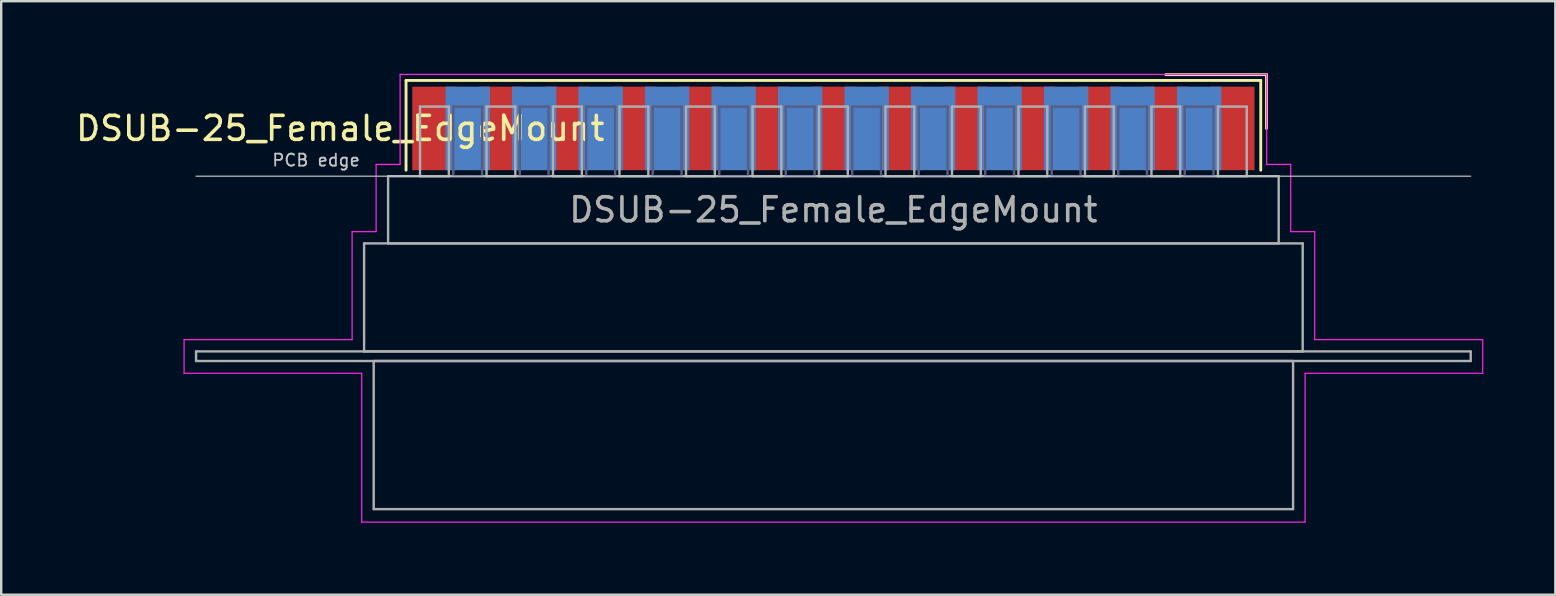
<source format=kicad_pcb>
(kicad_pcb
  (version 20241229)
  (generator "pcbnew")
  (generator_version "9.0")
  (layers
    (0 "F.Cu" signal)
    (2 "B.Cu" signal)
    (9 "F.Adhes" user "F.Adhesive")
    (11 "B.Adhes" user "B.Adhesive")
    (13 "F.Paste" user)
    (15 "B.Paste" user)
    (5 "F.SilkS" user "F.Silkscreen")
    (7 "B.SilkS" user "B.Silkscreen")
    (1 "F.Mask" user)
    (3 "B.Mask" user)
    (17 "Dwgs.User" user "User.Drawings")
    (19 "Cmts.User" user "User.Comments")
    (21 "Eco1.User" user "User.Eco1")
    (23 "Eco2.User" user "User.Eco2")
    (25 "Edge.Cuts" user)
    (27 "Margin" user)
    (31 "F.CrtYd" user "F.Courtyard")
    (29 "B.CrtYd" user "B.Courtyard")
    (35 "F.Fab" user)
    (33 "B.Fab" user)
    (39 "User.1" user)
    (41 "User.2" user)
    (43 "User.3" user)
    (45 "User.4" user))
  (footprint "DSUB-25_Female_EdgeMount"
    (layer "F.Cu")
    (at 31.668 2.3)
    (property "Reference" "DSUB-25_Female_EdgeMount" (at -20.543 0 0) (layer "F.SilkS") (effects (font (size 1 1) (thickness 0.15))))
    (attr smd)
    (fp_line (start -17.803 -2) (end -17.803 1.74) (stroke (width 0.12) (type solid)) (layer "F.SilkS"))
    (fp_line (start 17.803 -2) (end -17.803 -2) (stroke (width 0.12) (type solid)) (layer "F.SilkS"))
    (fp_line (start 17.803 1.74) (end 17.803 -2) (stroke (width 0.12) (type solid)) (layer "F.SilkS"))
    (fp_line (start 18.043 -2.24) (end 13.85 -2.24) (stroke (width 0.12) (type solid)) (layer "F.SilkS"))
    (fp_line (start 18.043 0) (end 18.043 -2.24) (stroke (width 0.12) (type solid)) (layer "F.SilkS"))
    (fp_line (start -26.55 1.99) (end 26.55 1.99) (stroke (width 0.05) (type solid)) (layer "Dwgs.User"))
    (fp_line (start -27.05 8.8) (end -20.05 8.8) (stroke (width 0.05) (type solid)) (layer "F.CrtYd"))
    (fp_line (start -27.05 10.2) (end -27.05 8.8) (stroke (width 0.05) (type solid)) (layer "F.CrtYd"))
    (fp_line (start -20.05 4.3) (end -19.05 4.3) (stroke (width 0.05) (type solid)) (layer "F.CrtYd"))
    (fp_line (start -20.05 8.8) (end -20.05 4.3) (stroke (width 0.05) (type solid)) (layer "F.CrtYd"))
    (fp_line (start -19.65 10.2) (end -27.05 10.2) (stroke (width 0.05) (type solid)) (layer "F.CrtYd"))
    (fp_line (start -19.65 16.4) (end -19.65 10.2) (stroke (width 0.05) (type solid)) (layer "F.CrtYd"))
    (fp_line (start -19.05 1.5) (end -18.05 1.5) (stroke (width 0.05) (type solid)) (layer "F.CrtYd"))
    (fp_line (start -19.05 4.3) (end -19.05 1.5) (stroke (width 0.05) (type solid)) (layer "F.CrtYd"))
    (fp_line (start -18.05 -2.25) (end 18.05 -2.25) (stroke (width 0.05) (type solid)) (layer "F.CrtYd"))
    (fp_line (start -18.05 1.5) (end -18.05 -2.25) (stroke (width 0.05) (type solid)) (layer "F.CrtYd"))
    (fp_line (start 18.05 -2.25) (end 18.05 1.5) (stroke (width 0.05) (type solid)) (layer "F.CrtYd"))
    (fp_line (start 18.05 1.5) (end 19.05 1.5) (stroke (width 0.05) (type solid)) (layer "F.CrtYd"))
    (fp_line (start 19.05 1.5) (end 19.05 4.3) (stroke (width 0.05) (type solid)) (layer "F.CrtYd"))
    (fp_line (start 19.05 4.3) (end 20.05 4.3) (stroke (width 0.05) (type solid)) (layer "F.CrtYd"))
    (fp_line (start 19.65 10.2) (end 19.65 16.4) (stroke (width 0.05) (type solid)) (layer "F.CrtYd"))
    (fp_line (start 19.65 16.4) (end -19.65 16.4) (stroke (width 0.05) (type solid)) (layer "F.CrtYd"))
    (fp_line (start 20.05 4.3) (end 20.05 8.8) (stroke (width 0.05) (type solid)) (layer "F.CrtYd"))
    (fp_line (start 20.05 8.8) (end 27.05 8.8) (stroke (width 0.05) (type solid)) (layer "F.CrtYd"))
    (fp_line (start 27.05 8.8) (end 27.05 10.2) (stroke (width 0.05) (type solid)) (layer "F.CrtYd"))
    (fp_line (start 27.05 10.2) (end 19.65 10.2) (stroke (width 0.05) (type solid)) (layer "F.CrtYd"))
    (fp_line (start -15.835 -0.91) (end -15.835 1.99) (stroke (width 0.1) (type solid)) (layer "B.Fab"))
    (fp_line (start -15.835 1.99) (end -14.635 1.99) (stroke (width 0.1) (type solid)) (layer "B.Fab"))
    (fp_line (start -14.635 -0.91) (end -15.835 -0.91) (stroke (width 0.1) (type solid)) (layer "B.Fab"))
    (fp_line (start -14.635 1.99) (end -14.635 -0.91) (stroke (width 0.1) (type solid)) (layer "B.Fab"))
    (fp_line (start -13.065 -0.91) (end -13.065 1.99) (stroke (width 0.1) (type solid)) (layer "B.Fab"))
    (fp_line (start -13.065 1.99) (end -11.865 1.99) (stroke (width 0.1) (type solid)) (layer "B.Fab"))
    (fp_line (start -11.865 -0.91) (end -13.065 -0.91) (stroke (width 0.1) (type solid)) (layer "B.Fab"))
    (fp_line (start -11.865 1.99) (end -11.865 -0.91) (stroke (width 0.1) (type solid)) (layer "B.Fab"))
    (fp_line (start -10.295 -0.91) (end -10.295 1.99) (stroke (width 0.1) (type solid)) (layer "B.Fab"))
    (fp_line (start -10.295 1.99) (end -9.095 1.99) (stroke (width 0.1) (type solid)) (layer "B.Fab"))
    (fp_line (start -9.095 -0.91) (end -10.295 -0.91) (stroke (width 0.1) (type solid)) (layer "B.Fab"))
    (fp_line (start -9.095 1.99) (end -9.095 -0.91) (stroke (width 0.1) (type solid)) (layer "B.Fab"))
    (fp_line (start -7.525 -0.91) (end -7.525 1.99) (stroke (width 0.1) (type solid)) (layer "B.Fab"))
    (fp_line (start -7.525 1.99) (end -6.325 1.99) (stroke (width 0.1) (type solid)) (layer "B.Fab"))
    (fp_line (start -6.325 -0.91) (end -7.525 -0.91) (stroke (width 0.1) (type solid)) (layer "B.Fab"))
    (fp_line (start -6.325 1.99) (end -6.325 -0.91) (stroke (width 0.1) (type solid)) (layer "B.Fab"))
    (fp_line (start -4.755 -0.91) (end -4.755 1.99) (stroke (width 0.1) (type solid)) (layer "B.Fab"))
    (fp_line (start -4.755 1.99) (end -3.555 1.99) (stroke (width 0.1) (type solid)) (layer "B.Fab"))
    (fp_line (start -3.555 -0.91) (end -4.755 -0.91) (stroke (width 0.1) (type solid)) (layer "B.Fab"))
    (fp_line (start -3.555 1.99) (end -3.555 -0.91) (stroke (width 0.1) (type solid)) (layer "B.Fab"))
    (fp_line (start -1.985 -0.91) (end -1.985 1.99) (stroke (width 0.1) (type solid)) (layer "B.Fab"))
    (fp_line (start -1.985 1.99) (end -0.785 1.99) (stroke (width 0.1) (type solid)) (layer "B.Fab"))
    (fp_line (start -0.785 -0.91) (end -1.985 -0.91) (stroke (width 0.1) (type solid)) (layer "B.Fab"))
    (fp_line (start -0.785 1.99) (end -0.785 -0.91) (stroke (width 0.1) (type solid)) (layer "B.Fab"))
    (fp_line (start 0.785 -0.91) (end 0.785 1.99) (stroke (width 0.1) (type solid)) (layer "B.Fab"))
    (fp_line (start 0.785 1.99) (end 1.985 1.99) (stroke (width 0.1) (type solid)) (layer "B.Fab"))
    (fp_line (start 1.985 -0.91) (end 0.785 -0.91) (stroke (width 0.1) (type solid)) (layer "B.Fab"))
    (fp_line (start 1.985 1.99) (end 1.985 -0.91) (stroke (width 0.1) (type solid)) (layer "B.Fab"))
    (fp_line (start 3.555 -0.91) (end 3.555 1.99) (stroke (width 0.1) (type solid)) (layer "B.Fab"))
    (fp_line (start 3.555 1.99) (end 4.755 1.99) (stroke (width 0.1) (type solid)) (layer "B.Fab"))
    (fp_line (start 4.755 -0.91) (end 3.555 -0.91) (stroke (width 0.1) (type solid)) (layer "B.Fab"))
    (fp_line (start 4.755 1.99) (end 4.755 -0.91) (stroke (width 0.1) (type solid)) (layer "B.Fab"))
    (fp_line (start 6.325 -0.91) (end 6.325 1.99) (stroke (width 0.1) (type solid)) (layer "B.Fab"))
    (fp_line (start 6.325 1.99) (end 7.525 1.99) (stroke (width 0.1) (type solid)) (layer "B.Fab"))
    (fp_line (start 7.525 -0.91) (end 6.325 -0.91) (stroke (width 0.1) (type solid)) (layer "B.Fab"))
    (fp_line (start 7.525 1.99) (end 7.525 -0.91) (stroke (width 0.1) (type solid)) (layer "B.Fab"))
    (fp_line (start 9.095 -0.91) (end 9.095 1.99) (stroke (width 0.1) (type solid)) (layer "B.Fab"))
    (fp_line (start 9.095 1.99) (end 10.295 1.99) (stroke (width 0.1) (type solid)) (layer "B.Fab"))
    (fp_line (start 10.295 -0.91) (end 9.095 -0.91) (stroke (width 0.1) (type solid)) (layer "B.Fab"))
    (fp_line (start 10.295 1.99) (end 10.295 -0.91) (stroke (width 0.1) (type solid)) (layer "B.Fab"))
    (fp_line (start 11.865 -0.91) (end 11.865 1.99) (stroke (width 0.1) (type solid)) (layer "B.Fab"))
    (fp_line (start 11.865 1.99) (end 13.065 1.99) (stroke (width 0.1) (type solid)) (layer "B.Fab"))
    (fp_line (start 13.065 -0.91) (end 11.865 -0.91) (stroke (width 0.1) (type solid)) (layer "B.Fab"))
    (fp_line (start 13.065 1.99) (end 13.065 -0.91) (stroke (width 0.1) (type solid)) (layer "B.Fab"))
    (fp_line (start 14.635 -0.91) (end 14.635 1.99) (stroke (width 0.1) (type solid)) (layer "B.Fab"))
    (fp_line (start 14.635 1.99) (end 15.835 1.99) (stroke (width 0.1) (type solid)) (layer "B.Fab"))
    (fp_line (start 15.835 -0.91) (end 14.635 -0.91) (stroke (width 0.1) (type solid)) (layer "B.Fab"))
    (fp_line (start 15.835 1.99) (end 15.835 -0.91) (stroke (width 0.1) (type solid)) (layer "B.Fab"))
    (fp_line (start -26.55 9.29) (end -26.55 9.69) (stroke (width 0.1) (type solid)) (layer "F.Fab"))
    (fp_line (start -26.55 9.69) (end 26.55 9.69) (stroke (width 0.1) (type solid)) (layer "F.Fab"))
    (fp_line (start -19.55 4.79) (end -19.55 9.29) (stroke (width 0.1) (type solid)) (layer "F.Fab"))
    (fp_line (start -19.55 9.29) (end 19.55 9.29) (stroke (width 0.1) (type solid)) (layer "F.Fab"))
    (fp_line (start -19.15 9.69) (end -19.15 15.86) (stroke (width 0.1) (type solid)) (layer "F.Fab"))
    (fp_line (start -19.15 15.86) (end 19.15 15.86) (stroke (width 0.1) (type solid)) (layer "F.Fab"))
    (fp_line (start -18.55 1.99) (end -18.55 4.79) (stroke (width 0.1) (type solid)) (layer "F.Fab"))
    (fp_line (start -18.55 4.79) (end 18.55 4.79) (stroke (width 0.1) (type solid)) (layer "F.Fab"))
    (fp_line (start -17.22 -0.91) (end -17.22 1.99) (stroke (width 0.1) (type solid)) (layer "F.Fab"))
    (fp_line (start -17.22 1.99) (end -16.02 1.99) (stroke (width 0.1) (type solid)) (layer "F.Fab"))
    (fp_line (start -16.02 -0.91) (end -17.22 -0.91) (stroke (width 0.1) (type solid)) (layer "F.Fab"))
    (fp_line (start -16.02 1.99) (end -16.02 -0.91) (stroke (width 0.1) (type solid)) (layer "F.Fab"))
    (fp_line (start -14.45 -0.91) (end -14.45 1.99) (stroke (width 0.1) (type solid)) (layer "F.Fab"))
    (fp_line (start -14.45 1.99) (end -13.25 1.99) (stroke (width 0.1) (type solid)) (layer "F.Fab"))
    (fp_line (start -13.25 -0.91) (end -14.45 -0.91) (stroke (width 0.1) (type solid)) (layer "F.Fab"))
    (fp_line (start -13.25 1.99) (end -13.25 -0.91) (stroke (width 0.1) (type solid)) (layer "F.Fab"))
    (fp_line (start -11.68 -0.91) (end -11.68 1.99) (stroke (width 0.1) (type solid)) (layer "F.Fab"))
    (fp_line (start -11.68 1.99) (end -10.48 1.99) (stroke (width 0.1) (type solid)) (layer "F.Fab"))
    (fp_line (start -10.48 -0.91) (end -11.68 -0.91) (stroke (width 0.1) (type solid)) (layer "F.Fab"))
    (fp_line (start -10.48 1.99) (end -10.48 -0.91) (stroke (width 0.1) (type solid)) (layer "F.Fab"))
    (fp_line (start -8.91 -0.91) (end -8.91 1.99) (stroke (width 0.1) (type solid)) (layer "F.Fab"))
    (fp_line (start -8.91 1.99) (end -7.71 1.99) (stroke (width 0.1) (type solid)) (layer "F.Fab"))
    (fp_line (start -7.71 -0.91) (end -8.91 -0.91) (stroke (width 0.1) (type solid)) (layer "F.Fab"))
    (fp_line (start -7.71 1.99) (end -7.71 -0.91) (stroke (width 0.1) (type solid)) (layer "F.Fab"))
    (fp_line (start -6.14 -0.91) (end -6.14 1.99) (stroke (width 0.1) (type solid)) (layer "F.Fab"))
    (fp_line (start -6.14 1.99) (end -4.94 1.99) (stroke (width 0.1) (type solid)) (layer "F.Fab"))
    (fp_line (start -4.94 -0.91) (end -6.14 -0.91) (stroke (width 0.1) (type solid)) (layer "F.Fab"))
    (fp_line (start -4.94 1.99) (end -4.94 -0.91) (stroke (width 0.1) (type solid)) (layer "F.Fab"))
    (fp_line (start -3.37 -0.91) (end -3.37 1.99) (stroke (width 0.1) (type solid)) (layer "F.Fab"))
    (fp_line (start -3.37 1.99) (end -2.17 1.99) (stroke (width 0.1) (type solid)) (layer "F.Fab"))
    (fp_line (start -2.17 -0.91) (end -3.37 -0.91) (stroke (width 0.1) (type solid)) (layer "F.Fab"))
    (fp_line (start -2.17 1.99) (end -2.17 -0.91) (stroke (width 0.1) (type solid)) (layer "F.Fab"))
    (fp_line (start -0.6 -0.91) (end -0.6 1.99) (stroke (width 0.1) (type solid)) (layer "F.Fab"))
    (fp_line (start -0.6 1.99) (end 0.6 1.99) (stroke (width 0.1) (type solid)) (layer "F.Fab"))
    (fp_line (start 0.6 -0.91) (end -0.6 -0.91) (stroke (width 0.1) (type solid)) (layer "F.Fab"))
    (fp_line (start 0.6 1.99) (end 0.6 -0.91) (stroke (width 0.1) (type solid)) (layer "F.Fab"))
    (fp_line (start 2.17 -0.91) (end 2.17 1.99) (stroke (width 0.1) (type solid)) (layer "F.Fab"))
    (fp_line (start 2.17 1.99) (end 3.37 1.99) (stroke (width 0.1) (type solid)) (layer "F.Fab"))
    (fp_line (start 3.37 -0.91) (end 2.17 -0.91) (stroke (width 0.1) (type solid)) (layer "F.Fab"))
    (fp_line (start 3.37 1.99) (end 3.37 -0.91) (stroke (width 0.1) (type solid)) (layer "F.Fab"))
    (fp_line (start 4.94 -0.91) (end 4.94 1.99) (stroke (width 0.1) (type solid)) (layer "F.Fab"))
    (fp_line (start 4.94 1.99) (end 6.14 1.99) (stroke (width 0.1) (type solid)) (layer "F.Fab"))
    (fp_line (start 6.14 -0.91) (end 4.94 -0.91) (stroke (width 0.1) (type solid)) (layer "F.Fab"))
    (fp_line (start 6.14 1.99) (end 6.14 -0.91) (stroke (width 0.1) (type solid)) (layer "F.Fab"))
    (fp_line (start 7.71 -0.91) (end 7.71 1.99) (stroke (width 0.1) (type solid)) (layer "F.Fab"))
    (fp_line (start 7.71 1.99) (end 8.91 1.99) (stroke (width 0.1) (type solid)) (layer "F.Fab"))
    (fp_line (start 8.91 -0.91) (end 7.71 -0.91) (stroke (width 0.1) (type solid)) (layer "F.Fab"))
    (fp_line (start 8.91 1.99) (end 8.91 -0.91) (stroke (width 0.1) (type solid)) (layer "F.Fab"))
    (fp_line (start 10.48 -0.91) (end 10.48 1.99) (stroke (width 0.1) (type solid)) (layer "F.Fab"))
    (fp_line (start 10.48 1.99) (end 11.68 1.99) (stroke (width 0.1) (type solid)) (layer "F.Fab"))
    (fp_line (start 11.68 -0.91) (end 10.48 -0.91) (stroke (width 0.1) (type solid)) (layer "F.Fab"))
    (fp_line (start 11.68 1.99) (end 11.68 -0.91) (stroke (width 0.1) (type solid)) (layer "F.Fab"))
    (fp_line (start 13.25 -0.91) (end 13.25 1.99) (stroke (width 0.1) (type solid)) (layer "F.Fab"))
    (fp_line (start 13.25 1.99) (end 14.45 1.99) (stroke (width 0.1) (type solid)) (layer "F.Fab"))
    (fp_line (start 14.45 -0.91) (end 13.25 -0.91) (stroke (width 0.1) (type solid)) (layer "F.Fab"))
    (fp_line (start 14.45 1.99) (end 14.45 -0.91) (stroke (width 0.1) (type solid)) (layer "F.Fab"))
    (fp_line (start 16.02 -0.91) (end 16.02 1.99) (stroke (width 0.1) (type solid)) (layer "F.Fab"))
    (fp_line (start 16.02 1.99) (end 17.22 1.99) (stroke (width 0.1) (type solid)) (layer "F.Fab"))
    (fp_line (start 17.22 -0.91) (end 16.02 -0.91) (stroke (width 0.1) (type solid)) (layer "F.Fab"))
    (fp_line (start 17.22 1.99) (end 17.22 -0.91) (stroke (width 0.1) (type solid)) (layer "F.Fab"))
    (fp_line (start 18.55 1.99) (end -18.55 1.99) (stroke (width 0.1) (type solid)) (layer "F.Fab"))
    (fp_line (start 18.55 4.79) (end 18.55 1.99) (stroke (width 0.1) (type solid)) (layer "F.Fab"))
    (fp_line (start 19.15 9.69) (end -19.15 9.69) (stroke (width 0.1) (type solid)) (layer "F.Fab"))
    (fp_line (start 19.15 15.86) (end 19.15 9.69) (stroke (width 0.1) (type solid)) (layer "F.Fab"))
    (fp_line (start 19.55 4.79) (end -19.55 4.79) (stroke (width 0.1) (type solid)) (layer "F.Fab"))
    (fp_line (start 19.55 9.29) (end 19.55 4.79) (stroke (width 0.1) (type solid)) (layer "F.Fab"))
    (fp_line (start 26.55 9.29) (end -26.55 9.29) (stroke (width 0.1) (type solid)) (layer "F.Fab"))
    (fp_line (start 26.55 9.69) (end 26.55 9.29) (stroke (width 0.1) (type solid)) (layer "F.Fab"))
    (fp_text user "PCB edge" (at -21.55 1.323 0) (layer "Dwgs.User") (effects (font (size 0.5 0.5) (thickness 0.075))))
    (fp_text user "${REFERENCE}" (at 0 3.39 0) (layer "F.Fab") (effects (font (size 1 1) (thickness 0.15))))
    (pad "1" smd rect (at 16.62 0) (size 1.847 3.48) (layers "F.Cu" "F.Mask" "F.Paste"))
    (pad "2" smd rect (at 13.85 0) (size 1.847 3.48) (layers "F.Cu" "F.Mask" "F.Paste"))
    (pad "3" smd rect (at 11.08 0) (size 1.847 3.48) (layers "F.Cu" "F.Mask" "F.Paste"))
    (pad "4" smd rect (at 8.31 0) (size 1.847 3.48) (layers "F.Cu" "F.Mask" "F.Paste"))
    (pad "5" smd rect (at 5.54 0) (size 1.847 3.48) (layers "F.Cu" "F.Mask" "F.Paste"))
    (pad "6" smd rect (at 2.77 0) (size 1.847 3.48) (layers "F.Cu" "F.Mask" "F.Paste"))
    (pad "7" smd rect (at 0 0) (size 1.847 3.48) (layers "F.Cu" "F.Mask" "F.Paste"))
    (pad "8" smd rect (at -2.77 0) (size 1.847 3.48) (layers "F.Cu" "F.Mask" "F.Paste"))
    (pad "9" smd rect (at -5.54 0) (size 1.847 3.48) (layers "F.Cu" "F.Mask" "F.Paste"))
    (pad "10" smd rect (at -8.31 0) (size 1.847 3.48) (layers "F.Cu" "F.Mask" "F.Paste"))
    (pad "11" smd rect (at -11.08 0) (size 1.847 3.48) (layers "F.Cu" "F.Mask" "F.Paste"))
    (pad "12" smd rect (at -13.85 0) (size 1.847 3.48) (layers "F.Cu" "F.Mask" "F.Paste"))
    (pad "13" smd rect (at -16.62 0) (size 1.847 3.48) (layers "F.Cu" "F.Mask" "F.Paste"))
    (pad "14" smd rect (at 15.235 0) (size 1.847 3.48) (layers "B.Cu" "B.Mask" "B.Paste"))
    (pad "15" smd rect (at 12.465 0) (size 1.847 3.48) (layers "B.Cu" "B.Mask" "B.Paste"))
    (pad "16" smd rect (at 9.695 0) (size 1.847 3.48) (layers "B.Cu" "B.Mask" "B.Paste"))
    (pad "17" smd rect (at 6.925 0) (size 1.847 3.48) (layers "B.Cu" "B.Mask" "B.Paste"))
    (pad "18" smd rect (at 4.155 0) (size 1.847 3.48) (layers "B.Cu" "B.Mask" "B.Paste"))
    (pad "19" smd rect (at 1.385 0) (size 1.847 3.48) (layers "B.Cu" "B.Mask" "B.Paste"))
    (pad "20" smd rect (at -1.385 0) (size 1.847 3.48) (layers "B.Cu" "B.Mask" "B.Paste"))
    (pad "21" smd rect (at -4.155 0) (size 1.847 3.48) (layers "B.Cu" "B.Mask" "B.Paste"))
    (pad "22" smd rect (at -6.925 0) (size 1.847 3.48) (layers "B.Cu" "B.Mask" "B.Paste"))
    (pad "23" smd rect (at -9.695 0) (size 1.847 3.48) (layers "B.Cu" "B.Mask" "B.Paste"))
    (pad "24" smd rect (at -12.465 0) (size 1.847 3.48) (layers "B.Cu" "B.Mask" "B.Paste"))
    (pad "25" smd rect (at -15.235 0) (size 1.847 3.48) (layers "B.Cu" "B.Mask" "B.Paste")))
  (gr_rect
    (start -3 -3)
    (end 61.743 21.725)
    (stroke (width 0.1) (type default))
    (fill no)
    (layer "Edge.Cuts")))
</source>
